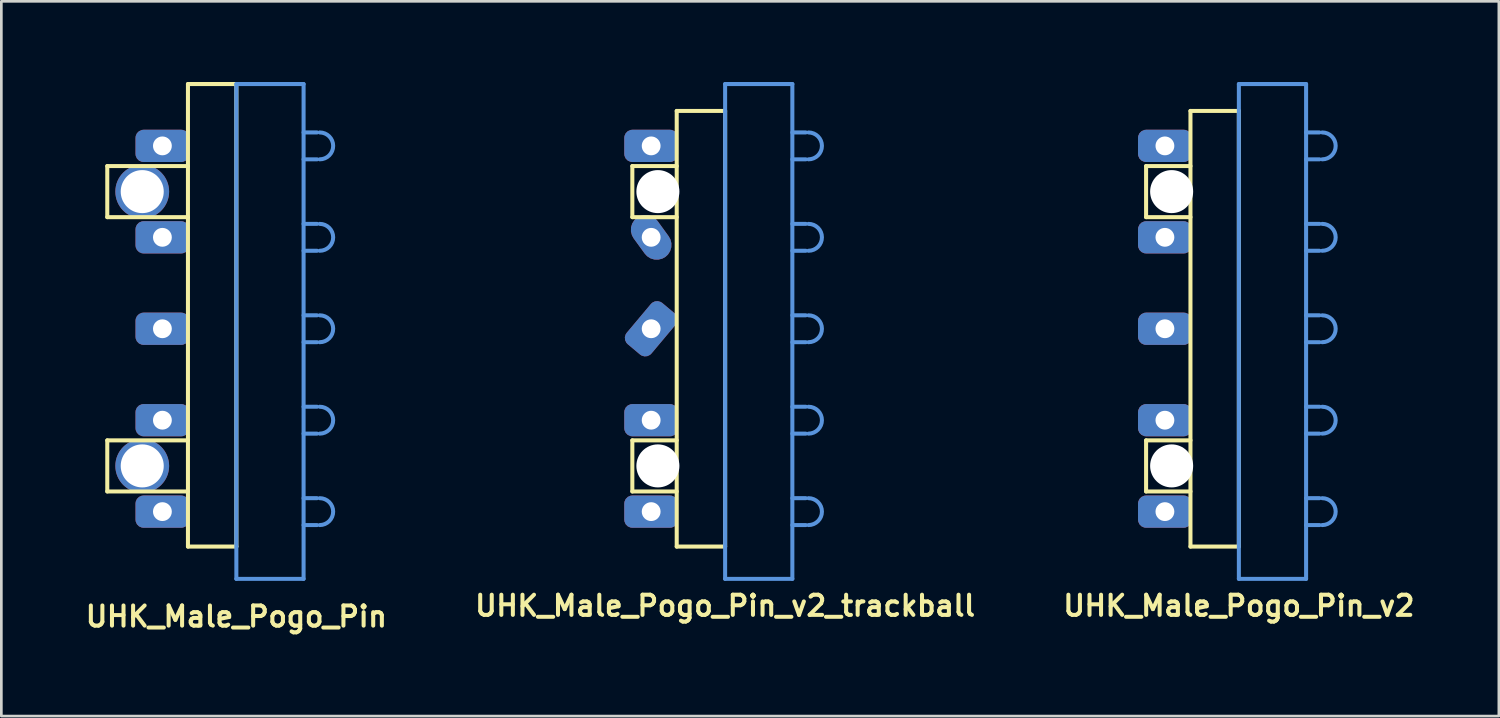
<source format=kicad_pcb>
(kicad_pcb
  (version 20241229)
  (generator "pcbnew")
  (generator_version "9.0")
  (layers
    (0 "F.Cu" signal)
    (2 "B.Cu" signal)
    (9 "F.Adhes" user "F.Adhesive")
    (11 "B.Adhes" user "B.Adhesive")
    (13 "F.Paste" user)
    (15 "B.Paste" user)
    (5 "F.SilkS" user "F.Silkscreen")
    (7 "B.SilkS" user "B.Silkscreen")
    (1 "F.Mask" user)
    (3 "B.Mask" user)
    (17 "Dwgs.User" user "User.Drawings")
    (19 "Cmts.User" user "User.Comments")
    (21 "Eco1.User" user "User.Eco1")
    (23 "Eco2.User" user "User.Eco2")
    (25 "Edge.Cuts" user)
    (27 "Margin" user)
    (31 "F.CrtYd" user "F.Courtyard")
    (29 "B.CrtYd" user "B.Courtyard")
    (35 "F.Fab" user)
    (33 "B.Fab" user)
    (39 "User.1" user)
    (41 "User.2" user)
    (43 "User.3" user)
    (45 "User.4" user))
  (footprint "UHK_Male_Pogo_Pin_v2_trackball"
    (layer "F.Cu")
    (at 23.914 9.175)
    (property "Reference" "UHK_Male_Pogo_Pin_v2_trackball" (at 0 10.3 0) (layer "F.SilkS") (effects (font (size 0.75 0.75) (thickness 0.15))))
    (attr through_hole)
    (fp_line (start -3.45 -6.05) (end -3.45 -4.15) (stroke (width 0.15) (type solid)) (layer "F.SilkS"))
    (fp_line (start -3.45 -4.15) (end -1.8 -4.15) (stroke (width 0.15) (type solid)) (layer "F.SilkS"))
    (fp_line (start -3.45 4.15) (end -1.8 4.15) (stroke (width 0.15) (type solid)) (layer "F.SilkS"))
    (fp_line (start -3.45 6.05) (end -3.45 4.15) (stroke (width 0.15) (type solid)) (layer "F.SilkS"))
    (fp_line (start -1.8 -8.1) (end 0 -8.1) (stroke (width 0.15) (type solid)) (layer "F.SilkS"))
    (fp_line (start -1.8 -6.05) (end -3.45 -6.05) (stroke (width 0.15) (type solid)) (layer "F.SilkS"))
    (fp_line (start -1.8 6.05) (end -3.45 6.05) (stroke (width 0.15) (type solid)) (layer "F.SilkS"))
    (fp_line (start -1.8 8.1) (end -1.8 -8.1) (stroke (width 0.15) (type solid)) (layer "F.SilkS"))
    (fp_line (start 0 8.1) (end -1.8 8.1) (stroke (width 0.15) (type solid)) (layer "F.SilkS"))
    (fp_line (start 0 8.1) (end 0 -8.1) (stroke (width 0.15) (type solid)) (layer "F.SilkS"))
    (fp_line (start 0 -9.1) (end 2.5 -9.1) (stroke (width 0.15) (type solid)) (layer "Cmts.User"))
    (fp_line (start 0 9.3) (end 0 -9.1) (stroke (width 0.15) (type solid)) (layer "Cmts.User"))
    (fp_line (start 0 9.3) (end 2.5 9.3) (stroke (width 0.15) (type solid)) (layer "Cmts.User"))
    (fp_line (start 2.5 -9.1) (end 2.5 9.3) (stroke (width 0.15) (type solid)) (layer "Cmts.User"))
    (fp_line (start 2.5 -7.3) (end 3 -7.3) (stroke (width 0.15) (type solid)) (layer "Cmts.User"))
    (fp_line (start 2.5 -6.3) (end 3 -6.3) (stroke (width 0.15) (type solid)) (layer "Cmts.User"))
    (fp_line (start 2.5 -3.9) (end 3 -3.9) (stroke (width 0.15) (type solid)) (layer "Cmts.User"))
    (fp_line (start 2.5 -2.9) (end 3 -2.9) (stroke (width 0.15) (type solid)) (layer "Cmts.User"))
    (fp_line (start 2.5 -0.5) (end 3 -0.5) (stroke (width 0.15) (type solid)) (layer "Cmts.User"))
    (fp_line (start 2.5 0.5) (end 3 0.5) (stroke (width 0.15) (type solid)) (layer "Cmts.User"))
    (fp_line (start 2.5 2.9) (end 3 2.9) (stroke (width 0.15) (type solid)) (layer "Cmts.User"))
    (fp_line (start 2.5 3.9) (end 3 3.9) (stroke (width 0.15) (type solid)) (layer "Cmts.User"))
    (fp_line (start 2.5 6.3) (end 3 6.3) (stroke (width 0.15) (type solid)) (layer "Cmts.User"))
    (fp_line (start 2.5 7.3) (end 3 7.3) (stroke (width 0.15) (type solid)) (layer "Cmts.User"))
    (fp_arc (start 3.1 -7.3) (mid 3.6 -6.8) (end 3.1 -6.3) (stroke (width 0.15) (type solid)) (layer "Cmts.User"))
    (fp_arc (start 3.1 -3.9) (mid 3.6 -3.4) (end 3.1 -2.9) (stroke (width 0.15) (type solid)) (layer "Cmts.User"))
    (fp_arc (start 3.1 -0.5) (mid 3.6 0) (end 3.1 0.5) (stroke (width 0.15) (type solid)) (layer "Cmts.User"))
    (fp_arc (start 3.1 2.9) (mid 3.6 3.4) (end 3.1 3.9) (stroke (width 0.15) (type solid)) (layer "Cmts.User"))
    (fp_arc (start 3.1 6.3) (mid 3.6 6.8) (end 3.1 7.3) (stroke (width 0.15) (type solid)) (layer "Cmts.User"))
    (pad "" np_thru_hole circle (at -2.5 -5.1) (size 1.6 1.6) (drill 1.6) (layers "*.Cu" "*.Mask"))
    (pad "" np_thru_hole circle (at -2.5 5.1 180) (size 1.6 1.6) (drill 1.6) (layers "*.Cu" "*.Mask"))
    (pad "1" thru_hole roundrect (at -2.75 -6.8) (size 2 1.2) (drill 0.7) (layers "*.Cu" "*.Mask") (roundrect_rratio 0.25))
    (pad "2" thru_hole roundrect (at -2.75 -3.4 126) (size 1.8 1.1) (drill 0.7) (layers "*.Cu" "*.Mask") (roundrect_rratio 0.5))
    (pad "3" thru_hole roundrect (at -2.75 0 50) (size 2 1.2) (drill 0.7) (layers "*.Cu" "*.Mask") (roundrect_rratio 0.25))
    (pad "4" thru_hole roundrect (at -2.75 3.4) (size 2 1.2) (drill 0.7) (layers "*.Cu" "*.Mask") (roundrect_rratio 0.25))
    (pad "5" thru_hole roundrect (at -2.75 6.8) (size 2 1.2) (drill 0.7) (layers "*.Cu" "*.Mask") (roundrect_rratio 0.25)))
  (footprint "UHK_Male_Pogo_Pin_v2"
    (layer "F.Cu")
    (at 43.018 9.175)
    (property "Reference" "UHK_Male_Pogo_Pin_v2" (at 0 10.3 0) (layer "F.SilkS") (effects (font (size 0.75 0.75) (thickness 0.15))))
    (attr through_hole)
    (fp_line (start -3.45 -6.05) (end -3.45 -4.15) (stroke (width 0.15) (type solid)) (layer "F.SilkS"))
    (fp_line (start -3.45 -4.15) (end -1.8 -4.15) (stroke (width 0.15) (type solid)) (layer "F.SilkS"))
    (fp_line (start -3.45 4.15) (end -1.8 4.15) (stroke (width 0.15) (type solid)) (layer "F.SilkS"))
    (fp_line (start -3.45 6.05) (end -3.45 4.15) (stroke (width 0.15) (type solid)) (layer "F.SilkS"))
    (fp_line (start -1.8 -8.1) (end 0 -8.1) (stroke (width 0.15) (type solid)) (layer "F.SilkS"))
    (fp_line (start -1.8 -6.05) (end -3.45 -6.05) (stroke (width 0.15) (type solid)) (layer "F.SilkS"))
    (fp_line (start -1.8 6.05) (end -3.45 6.05) (stroke (width 0.15) (type solid)) (layer "F.SilkS"))
    (fp_line (start -1.8 8.1) (end -1.8 -8.1) (stroke (width 0.15) (type solid)) (layer "F.SilkS"))
    (fp_line (start 0 8.1) (end -1.8 8.1) (stroke (width 0.15) (type solid)) (layer "F.SilkS"))
    (fp_line (start 0 8.1) (end 0 -8.1) (stroke (width 0.15) (type solid)) (layer "F.SilkS"))
    (fp_line (start 0 -9.1) (end 2.5 -9.1) (stroke (width 0.15) (type solid)) (layer "Cmts.User"))
    (fp_line (start 0 9.3) (end 0 -9.1) (stroke (width 0.15) (type solid)) (layer "Cmts.User"))
    (fp_line (start 0 9.3) (end 2.5 9.3) (stroke (width 0.15) (type solid)) (layer "Cmts.User"))
    (fp_line (start 2.5 -9.1) (end 2.5 9.3) (stroke (width 0.15) (type solid)) (layer "Cmts.User"))
    (fp_line (start 2.5 -7.3) (end 3 -7.3) (stroke (width 0.15) (type solid)) (layer "Cmts.User"))
    (fp_line (start 2.5 -6.3) (end 3 -6.3) (stroke (width 0.15) (type solid)) (layer "Cmts.User"))
    (fp_line (start 2.5 -3.9) (end 3 -3.9) (stroke (width 0.15) (type solid)) (layer "Cmts.User"))
    (fp_line (start 2.5 -2.9) (end 3 -2.9) (stroke (width 0.15) (type solid)) (layer "Cmts.User"))
    (fp_line (start 2.5 -0.5) (end 3 -0.5) (stroke (width 0.15) (type solid)) (layer "Cmts.User"))
    (fp_line (start 2.5 0.5) (end 3 0.5) (stroke (width 0.15) (type solid)) (layer "Cmts.User"))
    (fp_line (start 2.5 2.9) (end 3 2.9) (stroke (width 0.15) (type solid)) (layer "Cmts.User"))
    (fp_line (start 2.5 3.9) (end 3 3.9) (stroke (width 0.15) (type solid)) (layer "Cmts.User"))
    (fp_line (start 2.5 6.3) (end 3 6.3) (stroke (width 0.15) (type solid)) (layer "Cmts.User"))
    (fp_line (start 2.5 7.3) (end 3 7.3) (stroke (width 0.15) (type solid)) (layer "Cmts.User"))
    (fp_arc (start 3.1 -7.3) (mid 3.6 -6.8) (end 3.1 -6.3) (stroke (width 0.15) (type solid)) (layer "Cmts.User"))
    (fp_arc (start 3.1 -3.9) (mid 3.6 -3.4) (end 3.1 -2.9) (stroke (width 0.15) (type solid)) (layer "Cmts.User"))
    (fp_arc (start 3.1 -0.5) (mid 3.6 0) (end 3.1 0.5) (stroke (width 0.15) (type solid)) (layer "Cmts.User"))
    (fp_arc (start 3.1 2.9) (mid 3.6 3.4) (end 3.1 3.9) (stroke (width 0.15) (type solid)) (layer "Cmts.User"))
    (fp_arc (start 3.1 6.3) (mid 3.6 6.8) (end 3.1 7.3) (stroke (width 0.15) (type solid)) (layer "Cmts.User"))
    (pad "" np_thru_hole circle (at -2.5 -5.1) (size 1.6 1.6) (drill 1.6) (layers "*.Cu" "*.Mask"))
    (pad "" np_thru_hole circle (at -2.5 5.1 180) (size 1.6 1.6) (drill 1.6) (layers "*.Cu" "*.Mask"))
    (pad "1" thru_hole roundrect (at -2.75 -6.8) (size 2 1.2) (drill 0.7) (layers "*.Cu" "*.Mask") (roundrect_rratio 0.25))
    (pad "2" thru_hole roundrect (at -2.75 -3.4) (size 2 1.2) (drill 0.7) (layers "*.Cu" "*.Mask") (roundrect_rratio 0.25))
    (pad "3" thru_hole roundrect (at -2.75 0) (size 2 1.2) (drill 0.7) (layers "*.Cu" "*.Mask") (roundrect_rratio 0.25))
    (pad "4" thru_hole roundrect (at -2.75 3.4) (size 2 1.2) (drill 0.7) (layers "*.Cu" "*.Mask") (roundrect_rratio 0.25))
    (pad "5" thru_hole roundrect (at -2.75 6.8) (size 2 1.2) (drill 0.7) (layers "*.Cu" "*.Mask") (roundrect_rratio 0.25)))
  (footprint "UHK_Male_Pogo_Pin"
    (layer "F.Cu")
    (at 5.739 9.175)
    (property "Reference" "UHK_Male_Pogo_Pin" (at 0 10.7 0) (layer "F.SilkS") (effects (font (size 0.75 0.75) (thickness 0.15))))
    (attr exclude_from_pos_files exclude_from_bom)
    (fp_line (start -4.8 -6.05) (end -4.8 -4.15) (stroke (width 0.15) (type solid)) (layer "F.SilkS"))
    (fp_line (start -4.8 -4.15) (end -1.8 -4.15) (stroke (width 0.15) (type solid)) (layer "F.SilkS"))
    (fp_line (start -4.8 4.15) (end -1.8 4.15) (stroke (width 0.15) (type solid)) (layer "F.SilkS"))
    (fp_line (start -4.8 6.05) (end -4.8 4.15) (stroke (width 0.15) (type solid)) (layer "F.SilkS"))
    (fp_line (start -1.8 -9.1) (end 0 -9.1) (stroke (width 0.15) (type solid)) (layer "F.SilkS"))
    (fp_line (start -1.8 -6.05) (end -4.8 -6.05) (stroke (width 0.15) (type solid)) (layer "F.SilkS"))
    (fp_line (start -1.8 6.05) (end -4.8 6.05) (stroke (width 0.15) (type solid)) (layer "F.SilkS"))
    (fp_line (start -1.8 8.1) (end -1.8 -9.1) (stroke (width 0.15) (type solid)) (layer "F.SilkS"))
    (fp_line (start 0 8.1) (end -1.8 8.1) (stroke (width 0.15) (type solid)) (layer "F.SilkS"))
    (fp_line (start 0 8.1) (end 0 -9.1) (stroke (width 0.15) (type solid)) (layer "F.SilkS"))
    (fp_line (start 0 -9.1) (end 2.5 -9.1) (stroke (width 0.15) (type solid)) (layer "Cmts.User"))
    (fp_line (start 0 9.3) (end 0 -9.1) (stroke (width 0.15) (type solid)) (layer "Cmts.User"))
    (fp_line (start 0 9.3) (end 2.5 9.3) (stroke (width 0.15) (type solid)) (layer "Cmts.User"))
    (fp_line (start 2.5 -9.1) (end 2.5 9.3) (stroke (width 0.15) (type solid)) (layer "Cmts.User"))
    (fp_line (start 2.5 -7.3) (end 3 -7.3) (stroke (width 0.15) (type solid)) (layer "Cmts.User"))
    (fp_line (start 2.5 -6.3) (end 3 -6.3) (stroke (width 0.15) (type solid)) (layer "Cmts.User"))
    (fp_line (start 2.5 -3.9) (end 3 -3.9) (stroke (width 0.15) (type solid)) (layer "Cmts.User"))
    (fp_line (start 2.5 -2.9) (end 3 -2.9) (stroke (width 0.15) (type solid)) (layer "Cmts.User"))
    (fp_line (start 2.5 -0.5) (end 3 -0.5) (stroke (width 0.15) (type solid)) (layer "Cmts.User"))
    (fp_line (start 2.5 0.5) (end 3 0.5) (stroke (width 0.15) (type solid)) (layer "Cmts.User"))
    (fp_line (start 2.5 2.9) (end 3 2.9) (stroke (width 0.15) (type solid)) (layer "Cmts.User"))
    (fp_line (start 2.5 3.9) (end 3 3.9) (stroke (width 0.15) (type solid)) (layer "Cmts.User"))
    (fp_line (start 2.5 6.3) (end 3 6.3) (stroke (width 0.15) (type solid)) (layer "Cmts.User"))
    (fp_line (start 2.5 7.3) (end 3 7.3) (stroke (width 0.15) (type solid)) (layer "Cmts.User"))
    (fp_arc (start 3.1 -7.3) (mid 3.6 -6.8) (end 3.1 -6.3) (stroke (width 0.15) (type solid)) (layer "Cmts.User"))
    (fp_arc (start 3.1 -3.9) (mid 3.6 -3.4) (end 3.1 -2.9) (stroke (width 0.15) (type solid)) (layer "Cmts.User"))
    (fp_arc (start 3.1 -0.5) (mid 3.6 0) (end 3.1 0.5) (stroke (width 0.15) (type solid)) (layer "Cmts.User"))
    (fp_arc (start 3.1 2.9) (mid 3.6 3.4) (end 3.1 3.9) (stroke (width 0.15) (type solid)) (layer "Cmts.User"))
    (fp_arc (start 3.1 6.3) (mid 3.6 6.8) (end 3.1 7.3) (stroke (width 0.15) (type solid)) (layer "Cmts.User"))
    (pad "" np_thru_hole circle (at -3.5 -5.1) (size 2 2) (drill 1.6) (layers "*.Cu" "*.Mask"))
    (pad "" np_thru_hole circle (at -3.5 5.1 180) (size 2 2) (drill 1.6) (layers "*.Cu" "*.Mask"))
    (pad "1" thru_hole roundrect (at -2.75 -6.8) (size 2 1.2) (drill 0.7) (layers "*.Cu" "*.Mask") (roundrect_rratio 0.25))
    (pad "2" thru_hole roundrect (at -2.75 -3.4) (size 2 1.2) (drill 0.7) (layers "*.Cu" "*.Mask") (roundrect_rratio 0.25))
    (pad "3" thru_hole roundrect (at -2.75 0) (size 2 1.2) (drill 0.7) (layers "*.Cu" "*.Mask") (roundrect_rratio 0.25))
    (pad "4" thru_hole roundrect (at -2.75 3.4) (size 2 1.2) (drill 0.7) (layers "*.Cu" "*.Mask") (roundrect_rratio 0.25))
    (pad "5" thru_hole roundrect (at -2.75 6.8) (size 2 1.2) (drill 0.7) (layers "*.Cu" "*.Mask") (roundrect_rratio 0.25)))
  (gr_rect
    (start -3 -3)
    (end 52.686 23.577)
    (stroke (width 0.1) (type default))
    (fill no)
    (layer "Edge.Cuts")))
</source>
